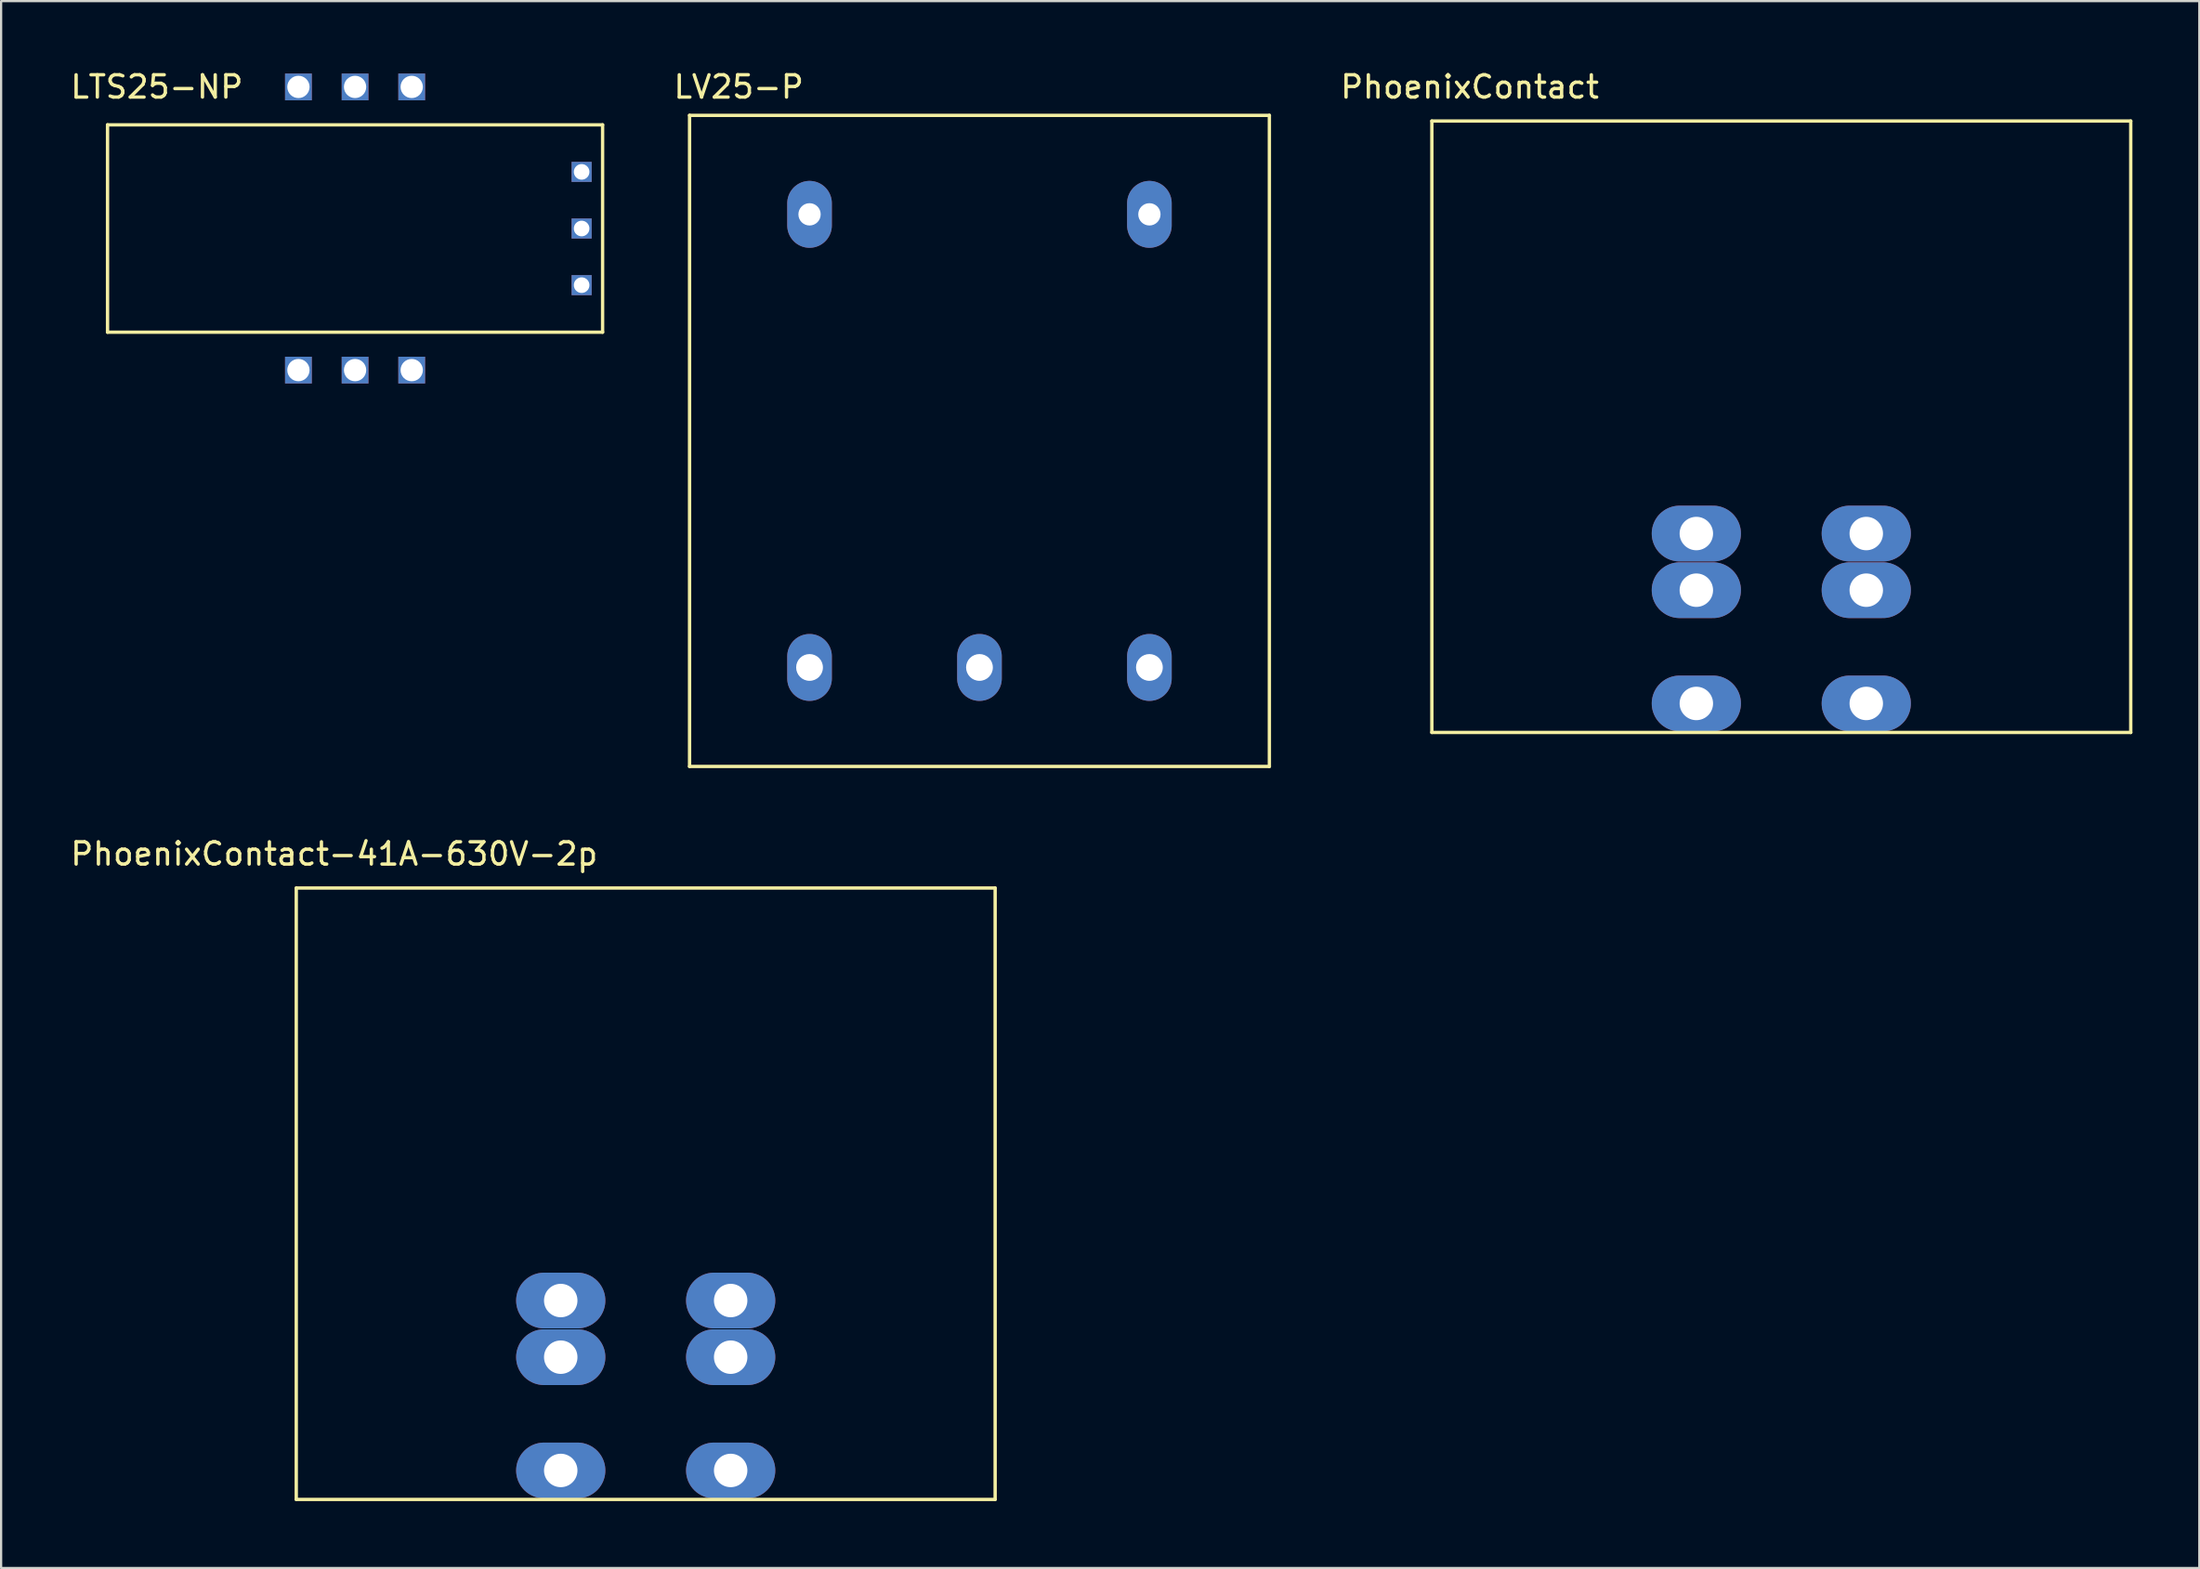
<source format=kicad_pcb>
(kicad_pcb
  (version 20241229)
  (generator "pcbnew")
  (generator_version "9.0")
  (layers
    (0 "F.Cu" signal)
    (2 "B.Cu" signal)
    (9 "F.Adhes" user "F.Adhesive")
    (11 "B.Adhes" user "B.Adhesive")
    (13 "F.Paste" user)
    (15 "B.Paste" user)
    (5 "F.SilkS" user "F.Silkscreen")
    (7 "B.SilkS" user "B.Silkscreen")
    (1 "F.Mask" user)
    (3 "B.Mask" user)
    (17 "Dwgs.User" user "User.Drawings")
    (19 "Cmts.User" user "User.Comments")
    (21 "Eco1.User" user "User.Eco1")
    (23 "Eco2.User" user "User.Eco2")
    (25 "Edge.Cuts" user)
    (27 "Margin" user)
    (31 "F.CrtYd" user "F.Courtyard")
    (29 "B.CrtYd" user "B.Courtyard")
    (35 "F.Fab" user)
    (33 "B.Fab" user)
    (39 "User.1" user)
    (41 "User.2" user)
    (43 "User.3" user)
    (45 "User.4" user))
  (footprint "LTS25-NP"
    (layer "F.Cu")
    (at 12.872 7.198)
    (property "Reference" "LTS25-NP" (at -8.89 -6.35 0) (layer "F.SilkS") (effects (font (size 1 1) (thickness 0.15))))
    (attr through_hole)
    (fp_line (start -11.1 -4.65) (end -11.1 4.65) (stroke (width 0.15) (type solid)) (layer "F.SilkS"))
    (fp_line (start -11.1 -4.65) (end 11.1 -4.65) (stroke (width 0.15) (type solid)) (layer "F.SilkS"))
    (fp_line (start -11.1 4.65) (end 11.1 4.65) (stroke (width 0.15) (type solid)) (layer "F.SilkS"))
    (fp_line (start 11.1 -4.65) (end 11.1 4.65) (stroke (width 0.15) (type solid)) (layer "F.SilkS"))
    (pad "1" thru_hole rect (at -2.54 -6.35) (size 1.2 1.2) (drill 1) (layers "*.Cu" "*.Mask"))
    (pad "2" thru_hole rect (at 0 -6.35) (size 1.2 1.2) (drill 1) (layers "*.Cu" "*.Mask"))
    (pad "3" thru_hole rect (at 2.54 -6.35) (size 1.2 1.2) (drill 1) (layers "*.Cu" "*.Mask"))
    (pad "4" thru_hole rect (at -2.54 6.35) (size 1.2 1.2) (drill 1) (layers "*.Cu" "*.Mask"))
    (pad "5" thru_hole rect (at 0 6.35) (size 1.2 1.2) (drill 1) (layers "*.Cu" "*.Mask"))
    (pad "6" thru_hole rect (at 2.54 6.35) (size 1.2 1.2) (drill 1) (layers "*.Cu" "*.Mask"))
    (pad "7" thru_hole rect (at 10.16 -2.54) (size 0.9 0.9) (drill 0.7) (layers "*.Cu" "*.Mask"))
    (pad "8" thru_hole rect (at 10.16 0) (size 0.9 0.9) (drill 0.7) (layers "*.Cu" "*.Mask"))
    (pad "9" thru_hole rect (at 10.16 2.54) (size 0.9 0.9) (drill 0.7) (layers "*.Cu" "*.Mask")))
  (footprint "LV25-P"
    (layer "F.Cu")
    (at 40.872 16.723)
    (property "Reference" "LV25-P" (at -10.795 -15.875 0) (layer "F.SilkS") (effects (font (size 1 1) (thickness 0.15))))
    (attr through_hole)
    (fp_line (start -13 -14.6) (end -13 14.6) (stroke (width 0.15) (type solid)) (layer "F.SilkS"))
    (fp_line (start -13 -14.6) (end 13 -14.6) (stroke (width 0.15) (type solid)) (layer "F.SilkS"))
    (fp_line (start -13 14.6) (end 13 14.6) (stroke (width 0.15) (type solid)) (layer "F.SilkS"))
    (fp_line (start 13 -14.6) (end 13 14.6) (stroke (width 0.15) (type solid)) (layer "F.SilkS"))
    (pad "1" thru_hole oval (at -7.62 -10.16) (size 2 3) (drill 1) (layers "*.Cu" "*.Mask"))
    (pad "2" thru_hole oval (at 7.62 -10.16) (size 2 3) (drill 1) (layers "*.Cu" "*.Mask"))
    (pad "3" thru_hole oval (at -7.62 10.16) (size 2 3) (drill 1.2) (layers "*.Cu" "*.Mask"))
    (pad "4" thru_hole oval (at 0 10.16) (size 2 3) (drill 1.2) (layers "*.Cu" "*.Mask"))
    (pad "5" thru_hole oval (at 7.62 10.16) (size 2 3) (drill 1.2) (layers "*.Cu" "*.Mask")))
  (footprint "PhoenixContact-41A-630V-2p"
    (layer "F.Cu")
    (at 25.905 50.486)
    (property "Reference" "PhoenixContact-41A-630V-2p" (at -13.97 -15.24 0) (layer "F.SilkS") (effects (font (size 1 1) (thickness 0.15))))
    (attr through_hole)
    (fp_line (start -15.67 -13.71) (end 15.67 -13.71) (stroke (width 0.15) (type solid)) (layer "F.SilkS"))
    (fp_line (start -15.67 13.71) (end -15.67 -13.71) (stroke (width 0.15) (type solid)) (layer "F.SilkS"))
    (fp_line (start -15.67 13.71) (end 15.67 13.71) (stroke (width 0.15) (type solid)) (layer "F.SilkS"))
    (fp_line (start 15.67 13.71) (end 15.67 -13.71) (stroke (width 0.15) (type solid)) (layer "F.SilkS"))
    (pad "1" thru_hole oval (at -3.81 4.79) (size 4 2.5) (drill 1.5) (layers "*.Cu" "*.Mask"))
    (pad "1" thru_hole oval (at -3.81 7.33) (size 4 2.5) (drill 1.5) (layers "*.Cu" "*.Mask"))
    (pad "1" thru_hole oval (at -3.81 12.41) (size 4 2.5) (drill 1.5) (layers "*.Cu" "*.Mask"))
    (pad "2" thru_hole oval (at 3.81 4.79) (size 4 2.5) (drill 1.5) (layers "*.Cu" "*.Mask"))
    (pad "2" thru_hole oval (at 3.81 7.33) (size 4 2.5) (drill 1.5) (layers "*.Cu" "*.Mask"))
    (pad "2" thru_hole oval (at 3.81 12.41) (size 4 2.5) (drill 1.5) (layers "*.Cu" "*.Mask")))
  (footprint "PhoenixContact"
    (layer "F.Cu")
    (at 76.828 16.088)
    (property "Reference" "PhoenixContact" (at -13.97 -15.24 0) (layer "F.SilkS") (effects (font (size 1 1) (thickness 0.15))))
    (attr through_hole)
    (fp_line (start -15.67 -13.71) (end 15.67 -13.71) (stroke (width 0.15) (type solid)) (layer "F.SilkS"))
    (fp_line (start -15.67 13.71) (end -15.67 -13.71) (stroke (width 0.15) (type solid)) (layer "F.SilkS"))
    (fp_line (start -15.67 13.71) (end 15.67 13.71) (stroke (width 0.15) (type solid)) (layer "F.SilkS"))
    (fp_line (start 15.67 13.71) (end 15.67 -13.71) (stroke (width 0.15) (type solid)) (layer "F.SilkS"))
    (pad "1" thru_hole oval (at -3.81 4.79) (size 4 2.5) (drill 1.5) (layers "*.Cu" "*.Mask"))
    (pad "1" thru_hole oval (at -3.81 7.33) (size 4 2.5) (drill 1.5) (layers "*.Cu" "*.Mask"))
    (pad "1" thru_hole oval (at -3.81 12.41) (size 4 2.5) (drill 1.5) (layers "*.Cu" "*.Mask"))
    (pad "1" thru_hole oval (at 3.81 4.79) (size 4 2.5) (drill 1.5) (layers "*.Cu" "*.Mask"))
    (pad "1" thru_hole oval (at 3.81 7.33) (size 4 2.5) (drill 1.5) (layers "*.Cu" "*.Mask"))
    (pad "1" thru_hole oval (at 3.81 12.41) (size 4 2.5) (drill 1.5) (layers "*.Cu" "*.Mask")))
  (gr_rect
    (start -3 -3)
    (end 95.573 67.272)
    (stroke (width 0.1) (type default))
    (fill no)
    (layer "Edge.Cuts")))
</source>
